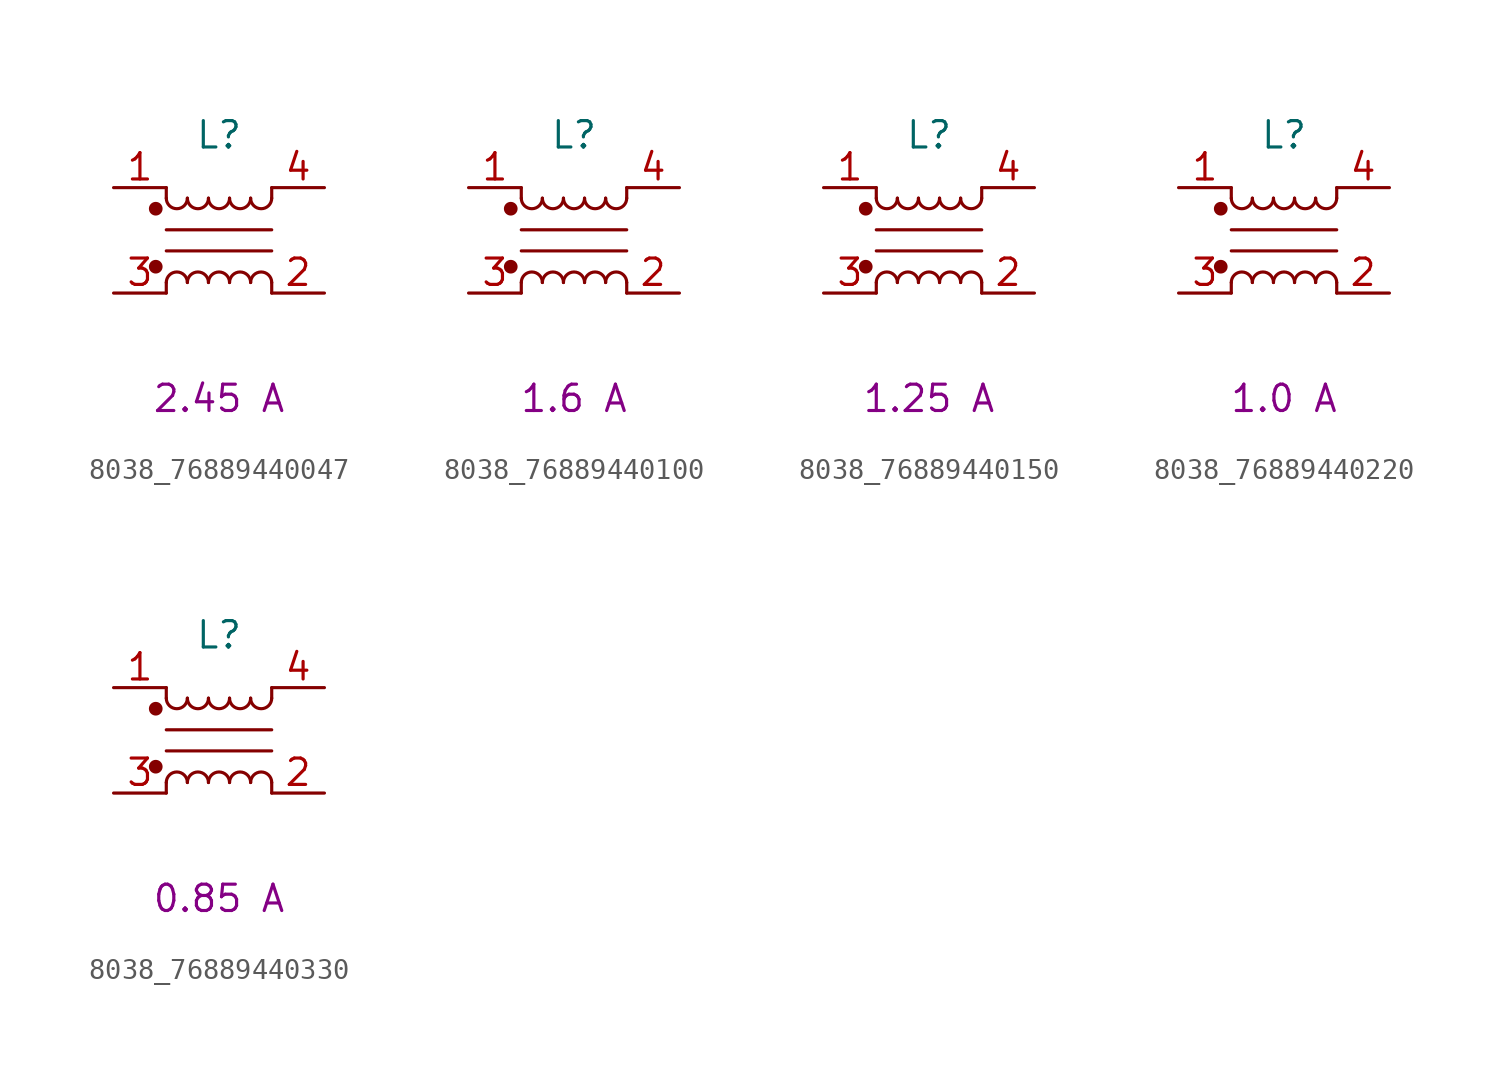
<source format=kicad_sym>
(kicad_symbol_lib
  (version 20220914)
  (generator kicad_symbol_editor)
  (symbol "8038_76889440047"
    (pin_names hide)
    (property "Reference" "L"
      (at 0 5.08 0)
      (effects (font (size 1.27 1.27))))
    (property "Critical Parameter" "2.45 A"
      (at 0 -7.62 0)
      (effects (font (size 1.27 1.27))))
    (symbol "8038_76889440047_0_1"
      (circle (center -3.048 -1.27) (radius 0.254) (stroke (width 0) (type default)) (fill (type outline)))
      (circle (center -3.048 1.524) (radius 0.254) (stroke (width 0) (type default)) (fill (type outline)))
      (arc (start -2.54 2.032) (mid -2.032 1.5262) (end -1.524 2.032) (stroke (width 0) (type default)) (fill (type none)))
      (arc (start -1.524 -2.032) (mid -2.032 -1.5262) (end -2.54 -2.032) (stroke (width 0) (type default)) (fill (type none)))
      (arc (start -1.524 2.032) (mid -1.016 1.5262) (end -0.508 2.032) (stroke (width 0) (type default)) (fill (type none)))
      (arc (start -0.508 -2.032) (mid -1.016 -1.5262) (end -1.524 -2.032) (stroke (width 0) (type default)) (fill (type none)))
      (arc (start -0.508 2.032) (mid 0 1.5262) (end 0.508 2.032) (stroke (width 0) (type default)) (fill (type none)))
      (polyline (pts (xy -2.54 -2.032) (xy -2.54 -2.54)) (stroke (width 0) (type default)) (fill (type none)))
      (polyline (pts (xy -2.54 0.508) (xy 2.54 0.508)) (stroke (width 0) (type default)) (fill (type none)))
      (polyline (pts (xy -2.54 2.032) (xy -2.54 2.54)) (stroke (width 0) (type default)) (fill (type none)))
      (polyline (pts (xy 2.54 -2.032) (xy 2.54 -2.54)) (stroke (width 0) (type default)) (fill (type none)))
      (polyline (pts (xy 2.54 -0.508) (xy -2.54 -0.508)) (stroke (width 0) (type default)) (fill (type none)))
      (polyline (pts (xy 2.54 2.54) (xy 2.54 2.032)) (stroke (width 0) (type default)) (fill (type none)))
      (arc (start 0.508 -2.032) (mid 0 -1.5262) (end -0.508 -2.032) (stroke (width 0) (type default)) (fill (type none)))
      (arc (start 0.508 2.032) (mid 1.016 1.5262) (end 1.524 2.032) (stroke (width 0) (type default)) (fill (type none)))
      (arc (start 1.524 -2.032) (mid 1.016 -1.5262) (end 0.508 -2.032) (stroke (width 0) (type default)) (fill (type none)))
      (arc (start 1.524 2.032) (mid 2.032 1.5262) (end 2.54 2.032) (stroke (width 0) (type default)) (fill (type none)))
      (arc (start 2.54 -2.032) (mid 2.032 -1.5262) (end 1.524 -2.032) (stroke (width 0) (type default)) (fill (type none))))
    (symbol "8038_76889440047_1_1"
      (pin passive line (at -5.08 2.54 0) (length 2.54) (name "1" (effects (font (size 1.27 1.27)))) (number "1" (effects (font (size 1.27 1.27)))))
      (pin passive line (at 5.08 -2.54 180) (length 2.54) (name "2" (effects (font (size 1.27 1.27)))) (number "2" (effects (font (size 1.27 1.27)))))
      (pin passive line (at -5.08 -2.54 0) (length 2.54) (name "3" (effects (font (size 1.27 1.27)))) (number "3" (effects (font (size 1.27 1.27)))))
      (pin passive line (at 5.08 2.54 180) (length 2.54) (name "4" (effects (font (size 1.27 1.27)))) (number "4" (effects (font (size 1.27 1.27)))))))
  (symbol "8038_76889440100"
    (pin_names hide)
    (property "Reference" "L"
      (at 0 5.08 0)
      (effects (font (size 1.27 1.27))))
    (property "Critical Parameter" "1.6 A"
      (at 0 -7.62 0)
      (effects (font (size 1.27 1.27))))
    (symbol "8038_76889440100_0_1"
      (circle (center -3.048 -1.27) (radius 0.254) (stroke (width 0) (type default)) (fill (type outline)))
      (circle (center -3.048 1.524) (radius 0.254) (stroke (width 0) (type default)) (fill (type outline)))
      (arc (start -2.54 2.032) (mid -2.032 1.5262) (end -1.524 2.032) (stroke (width 0) (type default)) (fill (type none)))
      (arc (start -1.524 -2.032) (mid -2.032 -1.5262) (end -2.54 -2.032) (stroke (width 0) (type default)) (fill (type none)))
      (arc (start -1.524 2.032) (mid -1.016 1.5262) (end -0.508 2.032) (stroke (width 0) (type default)) (fill (type none)))
      (arc (start -0.508 -2.032) (mid -1.016 -1.5262) (end -1.524 -2.032) (stroke (width 0) (type default)) (fill (type none)))
      (arc (start -0.508 2.032) (mid 0 1.5262) (end 0.508 2.032) (stroke (width 0) (type default)) (fill (type none)))
      (polyline (pts (xy -2.54 -2.032) (xy -2.54 -2.54)) (stroke (width 0) (type default)) (fill (type none)))
      (polyline (pts (xy -2.54 0.508) (xy 2.54 0.508)) (stroke (width 0) (type default)) (fill (type none)))
      (polyline (pts (xy -2.54 2.032) (xy -2.54 2.54)) (stroke (width 0) (type default)) (fill (type none)))
      (polyline (pts (xy 2.54 -2.032) (xy 2.54 -2.54)) (stroke (width 0) (type default)) (fill (type none)))
      (polyline (pts (xy 2.54 -0.508) (xy -2.54 -0.508)) (stroke (width 0) (type default)) (fill (type none)))
      (polyline (pts (xy 2.54 2.54) (xy 2.54 2.032)) (stroke (width 0) (type default)) (fill (type none)))
      (arc (start 0.508 -2.032) (mid 0 -1.5262) (end -0.508 -2.032) (stroke (width 0) (type default)) (fill (type none)))
      (arc (start 0.508 2.032) (mid 1.016 1.5262) (end 1.524 2.032) (stroke (width 0) (type default)) (fill (type none)))
      (arc (start 1.524 -2.032) (mid 1.016 -1.5262) (end 0.508 -2.032) (stroke (width 0) (type default)) (fill (type none)))
      (arc (start 1.524 2.032) (mid 2.032 1.5262) (end 2.54 2.032) (stroke (width 0) (type default)) (fill (type none)))
      (arc (start 2.54 -2.032) (mid 2.032 -1.5262) (end 1.524 -2.032) (stroke (width 0) (type default)) (fill (type none))))
    (symbol "8038_76889440100_1_1"
      (pin passive line (at -5.08 2.54 0) (length 2.54) (name "1" (effects (font (size 1.27 1.27)))) (number "1" (effects (font (size 1.27 1.27)))))
      (pin passive line (at 5.08 -2.54 180) (length 2.54) (name "2" (effects (font (size 1.27 1.27)))) (number "2" (effects (font (size 1.27 1.27)))))
      (pin passive line (at -5.08 -2.54 0) (length 2.54) (name "3" (effects (font (size 1.27 1.27)))) (number "3" (effects (font (size 1.27 1.27)))))
      (pin passive line (at 5.08 2.54 180) (length 2.54) (name "4" (effects (font (size 1.27 1.27)))) (number "4" (effects (font (size 1.27 1.27)))))))
  (symbol "8038_76889440150"
    (pin_names hide)
    (property "Reference" "L"
      (at 0 5.08 0)
      (effects (font (size 1.27 1.27))))
    (property "Critical Parameter" "1.25 A"
      (at 0 -7.62 0)
      (effects (font (size 1.27 1.27))))
    (symbol "8038_76889440150_0_1"
      (circle (center -3.048 -1.27) (radius 0.254) (stroke (width 0) (type default)) (fill (type outline)))
      (circle (center -3.048 1.524) (radius 0.254) (stroke (width 0) (type default)) (fill (type outline)))
      (arc (start -2.54 2.032) (mid -2.032 1.5262) (end -1.524 2.032) (stroke (width 0) (type default)) (fill (type none)))
      (arc (start -1.524 -2.032) (mid -2.032 -1.5262) (end -2.54 -2.032) (stroke (width 0) (type default)) (fill (type none)))
      (arc (start -1.524 2.032) (mid -1.016 1.5262) (end -0.508 2.032) (stroke (width 0) (type default)) (fill (type none)))
      (arc (start -0.508 -2.032) (mid -1.016 -1.5262) (end -1.524 -2.032) (stroke (width 0) (type default)) (fill (type none)))
      (arc (start -0.508 2.032) (mid 0 1.5262) (end 0.508 2.032) (stroke (width 0) (type default)) (fill (type none)))
      (polyline (pts (xy -2.54 -2.032) (xy -2.54 -2.54)) (stroke (width 0) (type default)) (fill (type none)))
      (polyline (pts (xy -2.54 0.508) (xy 2.54 0.508)) (stroke (width 0) (type default)) (fill (type none)))
      (polyline (pts (xy -2.54 2.032) (xy -2.54 2.54)) (stroke (width 0) (type default)) (fill (type none)))
      (polyline (pts (xy 2.54 -2.032) (xy 2.54 -2.54)) (stroke (width 0) (type default)) (fill (type none)))
      (polyline (pts (xy 2.54 -0.508) (xy -2.54 -0.508)) (stroke (width 0) (type default)) (fill (type none)))
      (polyline (pts (xy 2.54 2.54) (xy 2.54 2.032)) (stroke (width 0) (type default)) (fill (type none)))
      (arc (start 0.508 -2.032) (mid 0 -1.5262) (end -0.508 -2.032) (stroke (width 0) (type default)) (fill (type none)))
      (arc (start 0.508 2.032) (mid 1.016 1.5262) (end 1.524 2.032) (stroke (width 0) (type default)) (fill (type none)))
      (arc (start 1.524 -2.032) (mid 1.016 -1.5262) (end 0.508 -2.032) (stroke (width 0) (type default)) (fill (type none)))
      (arc (start 1.524 2.032) (mid 2.032 1.5262) (end 2.54 2.032) (stroke (width 0) (type default)) (fill (type none)))
      (arc (start 2.54 -2.032) (mid 2.032 -1.5262) (end 1.524 -2.032) (stroke (width 0) (type default)) (fill (type none))))
    (symbol "8038_76889440150_1_1"
      (pin passive line (at -5.08 2.54 0) (length 2.54) (name "1" (effects (font (size 1.27 1.27)))) (number "1" (effects (font (size 1.27 1.27)))))
      (pin passive line (at 5.08 -2.54 180) (length 2.54) (name "2" (effects (font (size 1.27 1.27)))) (number "2" (effects (font (size 1.27 1.27)))))
      (pin passive line (at -5.08 -2.54 0) (length 2.54) (name "3" (effects (font (size 1.27 1.27)))) (number "3" (effects (font (size 1.27 1.27)))))
      (pin passive line (at 5.08 2.54 180) (length 2.54) (name "4" (effects (font (size 1.27 1.27)))) (number "4" (effects (font (size 1.27 1.27)))))))
  (symbol "8038_76889440220"
    (pin_names hide)
    (property "Reference" "L"
      (at 0 5.08 0)
      (effects (font (size 1.27 1.27))))
    (property "Critical Parameter" "1.0 A"
      (at 0 -7.62 0)
      (effects (font (size 1.27 1.27))))
    (symbol "8038_76889440220_0_1"
      (circle (center -3.048 -1.27) (radius 0.254) (stroke (width 0) (type default)) (fill (type outline)))
      (circle (center -3.048 1.524) (radius 0.254) (stroke (width 0) (type default)) (fill (type outline)))
      (arc (start -2.54 2.032) (mid -2.032 1.5262) (end -1.524 2.032) (stroke (width 0) (type default)) (fill (type none)))
      (arc (start -1.524 -2.032) (mid -2.032 -1.5262) (end -2.54 -2.032) (stroke (width 0) (type default)) (fill (type none)))
      (arc (start -1.524 2.032) (mid -1.016 1.5262) (end -0.508 2.032) (stroke (width 0) (type default)) (fill (type none)))
      (arc (start -0.508 -2.032) (mid -1.016 -1.5262) (end -1.524 -2.032) (stroke (width 0) (type default)) (fill (type none)))
      (arc (start -0.508 2.032) (mid 0 1.5262) (end 0.508 2.032) (stroke (width 0) (type default)) (fill (type none)))
      (polyline (pts (xy -2.54 -2.032) (xy -2.54 -2.54)) (stroke (width 0) (type default)) (fill (type none)))
      (polyline (pts (xy -2.54 0.508) (xy 2.54 0.508)) (stroke (width 0) (type default)) (fill (type none)))
      (polyline (pts (xy -2.54 2.032) (xy -2.54 2.54)) (stroke (width 0) (type default)) (fill (type none)))
      (polyline (pts (xy 2.54 -2.032) (xy 2.54 -2.54)) (stroke (width 0) (type default)) (fill (type none)))
      (polyline (pts (xy 2.54 -0.508) (xy -2.54 -0.508)) (stroke (width 0) (type default)) (fill (type none)))
      (polyline (pts (xy 2.54 2.54) (xy 2.54 2.032)) (stroke (width 0) (type default)) (fill (type none)))
      (arc (start 0.508 -2.032) (mid 0 -1.5262) (end -0.508 -2.032) (stroke (width 0) (type default)) (fill (type none)))
      (arc (start 0.508 2.032) (mid 1.016 1.5262) (end 1.524 2.032) (stroke (width 0) (type default)) (fill (type none)))
      (arc (start 1.524 -2.032) (mid 1.016 -1.5262) (end 0.508 -2.032) (stroke (width 0) (type default)) (fill (type none)))
      (arc (start 1.524 2.032) (mid 2.032 1.5262) (end 2.54 2.032) (stroke (width 0) (type default)) (fill (type none)))
      (arc (start 2.54 -2.032) (mid 2.032 -1.5262) (end 1.524 -2.032) (stroke (width 0) (type default)) (fill (type none))))
    (symbol "8038_76889440220_1_1"
      (pin passive line (at -5.08 2.54 0) (length 2.54) (name "1" (effects (font (size 1.27 1.27)))) (number "1" (effects (font (size 1.27 1.27)))))
      (pin passive line (at 5.08 -2.54 180) (length 2.54) (name "2" (effects (font (size 1.27 1.27)))) (number "2" (effects (font (size 1.27 1.27)))))
      (pin passive line (at -5.08 -2.54 0) (length 2.54) (name "3" (effects (font (size 1.27 1.27)))) (number "3" (effects (font (size 1.27 1.27)))))
      (pin passive line (at 5.08 2.54 180) (length 2.54) (name "4" (effects (font (size 1.27 1.27)))) (number "4" (effects (font (size 1.27 1.27)))))))
  (symbol "8038_76889440330"
    (pin_names hide)
    (property "Reference" "L"
      (at 0 5.08 0)
      (effects (font (size 1.27 1.27))))
    (property "Critical Parameter" "0.85 A"
      (at 0 -7.62 0)
      (effects (font (size 1.27 1.27))))
    (symbol "8038_76889440330_0_1"
      (circle (center -3.048 -1.27) (radius 0.254) (stroke (width 0) (type default)) (fill (type outline)))
      (circle (center -3.048 1.524) (radius 0.254) (stroke (width 0) (type default)) (fill (type outline)))
      (arc (start -2.54 2.032) (mid -2.032 1.5262) (end -1.524 2.032) (stroke (width 0) (type default)) (fill (type none)))
      (arc (start -1.524 -2.032) (mid -2.032 -1.5262) (end -2.54 -2.032) (stroke (width 0) (type default)) (fill (type none)))
      (arc (start -1.524 2.032) (mid -1.016 1.5262) (end -0.508 2.032) (stroke (width 0) (type default)) (fill (type none)))
      (arc (start -0.508 -2.032) (mid -1.016 -1.5262) (end -1.524 -2.032) (stroke (width 0) (type default)) (fill (type none)))
      (arc (start -0.508 2.032) (mid 0 1.5262) (end 0.508 2.032) (stroke (width 0) (type default)) (fill (type none)))
      (polyline (pts (xy -2.54 -2.032) (xy -2.54 -2.54)) (stroke (width 0) (type default)) (fill (type none)))
      (polyline (pts (xy -2.54 0.508) (xy 2.54 0.508)) (stroke (width 0) (type default)) (fill (type none)))
      (polyline (pts (xy -2.54 2.032) (xy -2.54 2.54)) (stroke (width 0) (type default)) (fill (type none)))
      (polyline (pts (xy 2.54 -2.032) (xy 2.54 -2.54)) (stroke (width 0) (type default)) (fill (type none)))
      (polyline (pts (xy 2.54 -0.508) (xy -2.54 -0.508)) (stroke (width 0) (type default)) (fill (type none)))
      (polyline (pts (xy 2.54 2.54) (xy 2.54 2.032)) (stroke (width 0) (type default)) (fill (type none)))
      (arc (start 0.508 -2.032) (mid 0 -1.5262) (end -0.508 -2.032) (stroke (width 0) (type default)) (fill (type none)))
      (arc (start 0.508 2.032) (mid 1.016 1.5262) (end 1.524 2.032) (stroke (width 0) (type default)) (fill (type none)))
      (arc (start 1.524 -2.032) (mid 1.016 -1.5262) (end 0.508 -2.032) (stroke (width 0) (type default)) (fill (type none)))
      (arc (start 1.524 2.032) (mid 2.032 1.5262) (end 2.54 2.032) (stroke (width 0) (type default)) (fill (type none)))
      (arc (start 2.54 -2.032) (mid 2.032 -1.5262) (end 1.524 -2.032) (stroke (width 0) (type default)) (fill (type none))))
    (symbol "8038_76889440330_1_1"
      (pin passive line (at -5.08 2.54 0) (length 2.54) (name "1" (effects (font (size 1.27 1.27)))) (number "1" (effects (font (size 1.27 1.27)))))
      (pin passive line (at 5.08 -2.54 180) (length 2.54) (name "2" (effects (font (size 1.27 1.27)))) (number "2" (effects (font (size 1.27 1.27)))))
      (pin passive line (at -5.08 -2.54 0) (length 2.54) (name "3" (effects (font (size 1.27 1.27)))) (number "3" (effects (font (size 1.27 1.27)))))
      (pin passive line (at 5.08 2.54 180) (length 2.54) (name "4" (effects (font (size 1.27 1.27)))) (number "4" (effects (font (size 1.27 1.27))))))))
</source>
